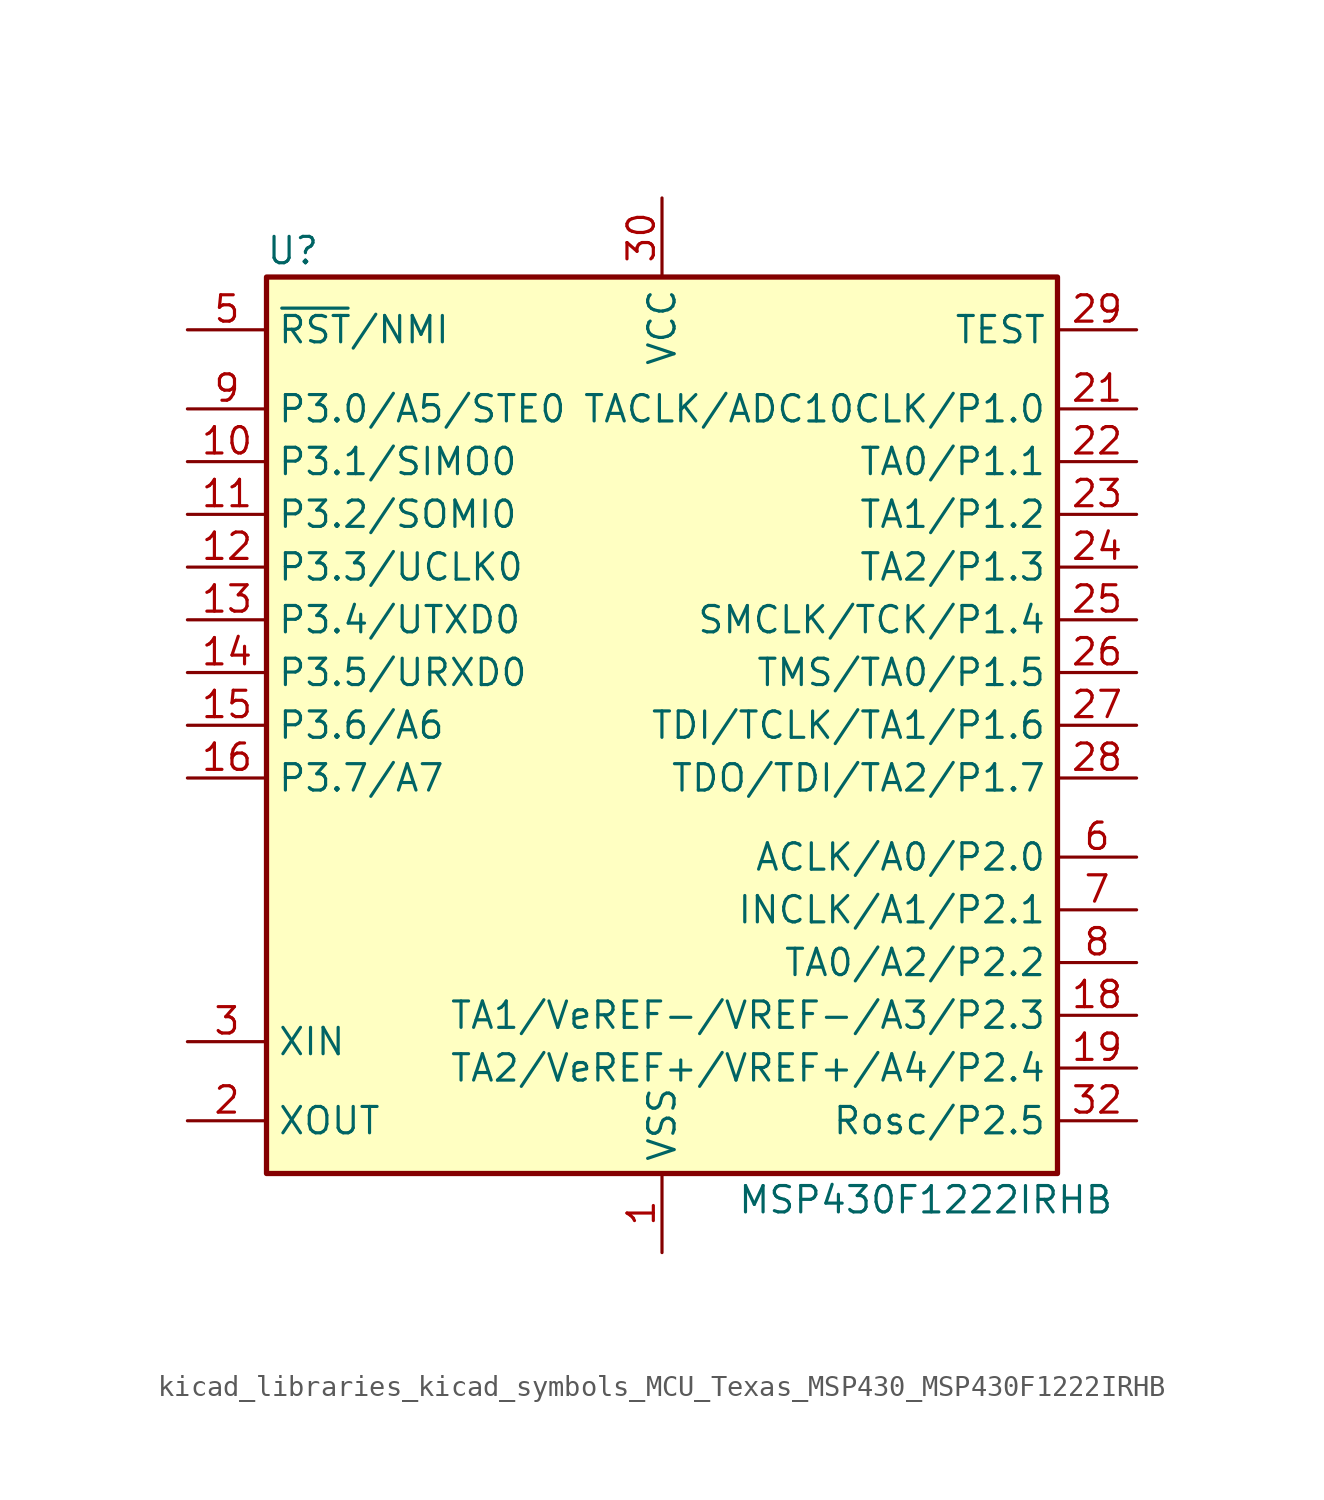
<source format=kicad_sym>
(kicad_symbol_lib
  (version 20220914)
  (generator kicad_symbol_editor)
  (symbol "kicad_libraries_kicad_symbols_MCU_Texas_MSP430_MSP430F1222IRHB"
    (property "Reference" "U"
      (at -17.78 22.86 0)
      (effects (font (size 1.27 1.27))))
    (property "Value" "MSP430F1222IRHB"
      (at 12.7 -22.86 0)
      (effects (font (size 1.27 1.27))))
    (symbol "kicad_libraries_kicad_symbols_MCU_Texas_MSP430_MSP430F1222IRHB_0_1"
      (rectangle (start -19.05 21.59) (end 19.05 -21.59) (stroke (width 0.254) (type default)) (fill (type background))))
    (symbol "kicad_libraries_kicad_symbols_MCU_Texas_MSP430_MSP430F1222IRHB_1_1"
      (pin power_in line (at 0 -25.4 90) (length 3.81) (name "VSS" (effects (font (size 1.27 1.27)))) (number "1" (effects (font (size 1.27 1.27)))))
      (pin bidirectional line (at -22.86 12.7 0) (length 3.81) (name "P3.1/SIMO0" (effects (font (size 1.27 1.27)))) (number "10" (effects (font (size 1.27 1.27)))))
      (pin bidirectional line (at -22.86 10.16 0) (length 3.81) (name "P3.2/SOMI0" (effects (font (size 1.27 1.27)))) (number "11" (effects (font (size 1.27 1.27)))))
      (pin bidirectional line (at -22.86 7.62 0) (length 3.81) (name "P3.3/UCLK0" (effects (font (size 1.27 1.27)))) (number "12" (effects (font (size 1.27 1.27)))))
      (pin bidirectional line (at -22.86 5.08 0) (length 3.81) (name "P3.4/UTXD0" (effects (font (size 1.27 1.27)))) (number "13" (effects (font (size 1.27 1.27)))))
      (pin bidirectional line (at -22.86 2.54 0) (length 3.81) (name "P3.5/URXD0" (effects (font (size 1.27 1.27)))) (number "14" (effects (font (size 1.27 1.27)))))
      (pin bidirectional line (at -22.86 0 0) (length 3.81) (name "P3.6/A6" (effects (font (size 1.27 1.27)))) (number "15" (effects (font (size 1.27 1.27)))))
      (pin bidirectional line (at -22.86 -2.54 0) (length 3.81) (name "P3.7/A7" (effects (font (size 1.27 1.27)))) (number "16" (effects (font (size 1.27 1.27)))))
      (pin bidirectional line (at 22.86 -13.97 180) (length 3.81) (name "TA1/VeREF-/VREF-/A3/P2.3" (effects (font (size 1.27 1.27)))) (number "18" (effects (font (size 1.27 1.27)))))
      (pin bidirectional line (at 22.86 -16.51 180) (length 3.81) (name "TA2/VeREF+/VREF+/A4/P2.4" (effects (font (size 1.27 1.27)))) (number "19" (effects (font (size 1.27 1.27)))))
      (pin output line (at -22.86 -19.05 0) (length 3.81) (name "XOUT" (effects (font (size 1.27 1.27)))) (number "2" (effects (font (size 1.27 1.27)))))
      (pin bidirectional line (at 22.86 15.24 180) (length 3.81) (name "TACLK/ADC10CLK/P1.0" (effects (font (size 1.27 1.27)))) (number "21" (effects (font (size 1.27 1.27)))))
      (pin bidirectional line (at 22.86 12.7 180) (length 3.81) (name "TA0/P1.1" (effects (font (size 1.27 1.27)))) (number "22" (effects (font (size 1.27 1.27)))))
      (pin bidirectional line (at 22.86 10.16 180) (length 3.81) (name "TA1/P1.2" (effects (font (size 1.27 1.27)))) (number "23" (effects (font (size 1.27 1.27)))))
      (pin bidirectional line (at 22.86 7.62 180) (length 3.81) (name "TA2/P1.3" (effects (font (size 1.27 1.27)))) (number "24" (effects (font (size 1.27 1.27)))))
      (pin bidirectional line (at 22.86 5.08 180) (length 3.81) (name "SMCLK/TCK/P1.4" (effects (font (size 1.27 1.27)))) (number "25" (effects (font (size 1.27 1.27)))))
      (pin bidirectional line (at 22.86 2.54 180) (length 3.81) (name "TMS/TA0/P1.5" (effects (font (size 1.27 1.27)))) (number "26" (effects (font (size 1.27 1.27)))))
      (pin bidirectional line (at 22.86 0 180) (length 3.81) (name "TDI/TCLK/TA1/P1.6" (effects (font (size 1.27 1.27)))) (number "27" (effects (font (size 1.27 1.27)))))
      (pin bidirectional line (at 22.86 -2.54 180) (length 3.81) (name "TDO/TDI/TA2/P1.7" (effects (font (size 1.27 1.27)))) (number "28" (effects (font (size 1.27 1.27)))))
      (pin input line (at 22.86 19.05 180) (length 3.81) (name "TEST" (effects (font (size 1.27 1.27)))) (number "29" (effects (font (size 1.27 1.27)))))
      (pin input line (at -22.86 -15.24 0) (length 3.81) (name "XIN" (effects (font (size 1.27 1.27)))) (number "3" (effects (font (size 1.27 1.27)))))
      (pin power_in line (at 0 25.4 270) (length 3.81) (name "VCC" (effects (font (size 1.27 1.27)))) (number "30" (effects (font (size 1.27 1.27)))))
      (pin bidirectional line (at 22.86 -19.05 180) (length 3.81) (name "Rosc/P2.5" (effects (font (size 1.27 1.27)))) (number "32" (effects (font (size 1.27 1.27)))))
      (pin input line (at -22.86 19.05 0) (length 3.81) (name "~{RST}/NMI" (effects (font (size 1.27 1.27)))) (number "5" (effects (font (size 1.27 1.27)))))
      (pin bidirectional line (at 22.86 -6.35 180) (length 3.81) (name "ACLK/A0/P2.0" (effects (font (size 1.27 1.27)))) (number "6" (effects (font (size 1.27 1.27)))))
      (pin bidirectional line (at 22.86 -8.89 180) (length 3.81) (name "INCLK/A1/P2.1" (effects (font (size 1.27 1.27)))) (number "7" (effects (font (size 1.27 1.27)))))
      (pin bidirectional line (at 22.86 -11.43 180) (length 3.81) (name "TA0/A2/P2.2" (effects (font (size 1.27 1.27)))) (number "8" (effects (font (size 1.27 1.27)))))
      (pin bidirectional line (at -22.86 15.24 0) (length 3.81) (name "P3.0/A5/STE0" (effects (font (size 1.27 1.27)))) (number "9" (effects (font (size 1.27 1.27))))))))
</source>
